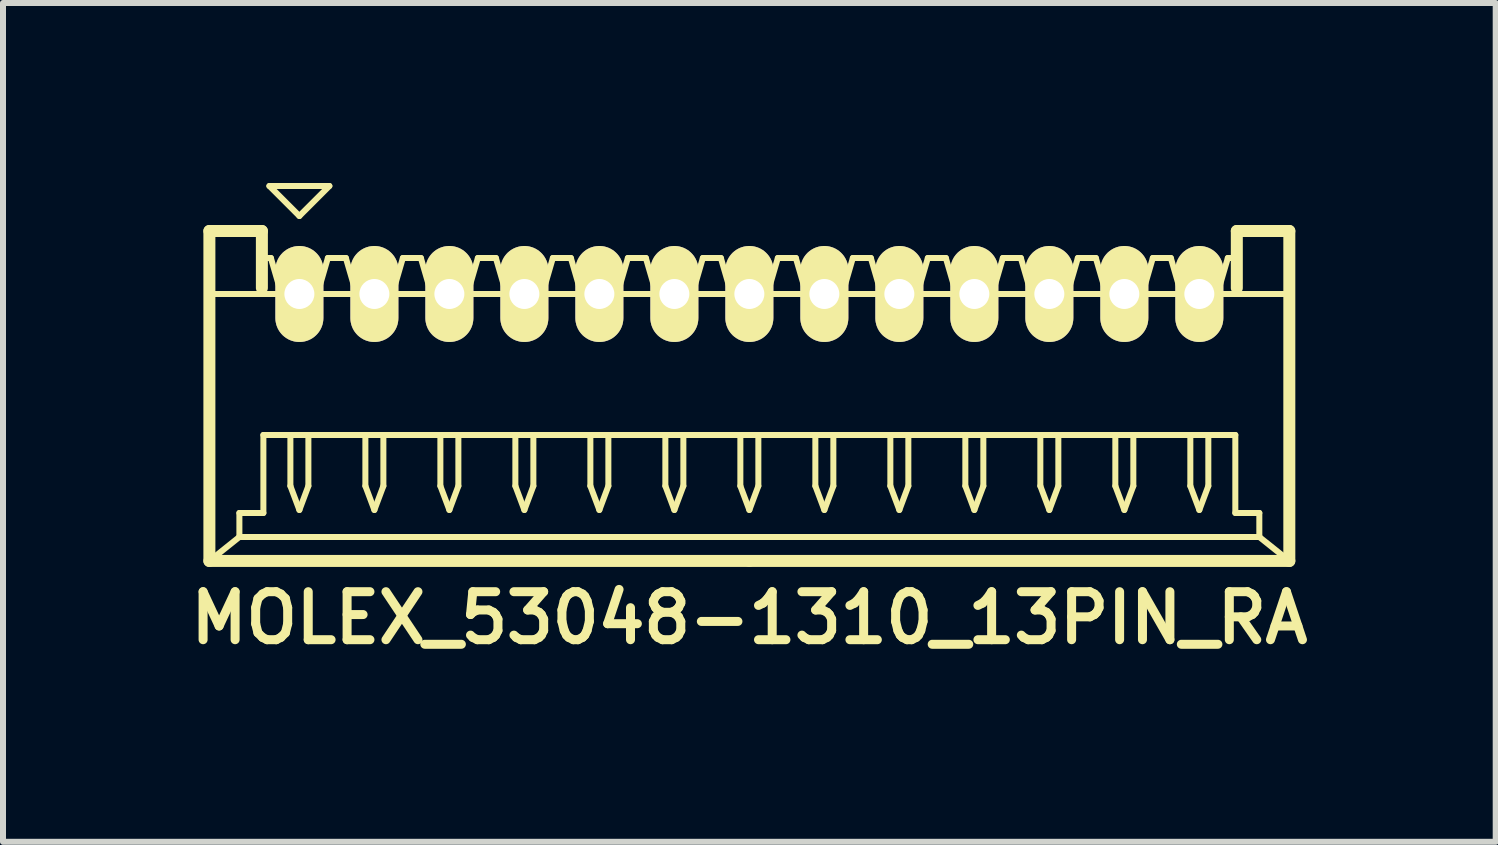
<source format=kicad_pcb>
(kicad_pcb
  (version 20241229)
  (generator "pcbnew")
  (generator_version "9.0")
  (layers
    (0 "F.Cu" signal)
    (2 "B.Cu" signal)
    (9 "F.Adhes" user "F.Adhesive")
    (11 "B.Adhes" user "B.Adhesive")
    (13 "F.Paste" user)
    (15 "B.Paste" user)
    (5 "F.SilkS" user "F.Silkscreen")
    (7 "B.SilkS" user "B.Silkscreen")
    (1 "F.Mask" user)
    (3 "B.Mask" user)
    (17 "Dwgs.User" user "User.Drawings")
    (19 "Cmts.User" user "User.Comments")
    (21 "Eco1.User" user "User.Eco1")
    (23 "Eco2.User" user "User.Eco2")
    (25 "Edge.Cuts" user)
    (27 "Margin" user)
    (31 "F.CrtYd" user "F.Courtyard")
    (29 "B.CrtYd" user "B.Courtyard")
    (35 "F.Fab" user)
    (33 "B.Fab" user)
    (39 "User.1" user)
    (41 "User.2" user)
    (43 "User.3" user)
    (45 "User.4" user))
  (footprint "MOLEX_53048-1310_13PIN_RA"
    (layer "F.Cu")
    (at 9.44 3.55)
    (property "Reference" "MOLEX_53048-1310_13PIN_RA" (at 0 3.7 0) (layer "F.SilkS") (effects (font (size 0.8 0.8) (thickness 0.15))))
    (attr through_hole)
    (fp_line (start -9 -2.75) (end -8.125 -2.75) (stroke (width 0.2) (type solid)) (layer "F.SilkS"))
    (fp_line (start -9 -1.7) (end 9 -1.7) (stroke (width 0.1) (type solid)) (layer "F.SilkS"))
    (fp_line (start -9 2.75) (end -9 -2.75) (stroke (width 0.2) (type solid)) (layer "F.SilkS"))
    (fp_line (start -8.5 1.95) (end -8.5 2.35) (stroke (width 0.1) (type solid)) (layer "F.SilkS"))
    (fp_line (start -8.5 2.35) (end -9 2.75) (stroke (width 0.1) (type solid)) (layer "F.SilkS"))
    (fp_line (start -8.5 2.35) (end 0 2.35) (stroke (width 0.1) (type solid)) (layer "F.SilkS"))
    (fp_line (start -8.125 -2.75) (end -8.125 -1.8) (stroke (width 0.2) (type solid)) (layer "F.SilkS"))
    (fp_line (start -8.125 -2.3) (end -7.975 -2.3) (stroke (width 0.1) (type solid)) (layer "F.SilkS"))
    (fp_line (start -8.1 0.65) (end -8.1 1.95) (stroke (width 0.1) (type solid)) (layer "F.SilkS"))
    (fp_line (start -8.1 1.95) (end -8.5 1.95) (stroke (width 0.1) (type solid)) (layer "F.SilkS"))
    (fp_line (start -8 -3.5) (end -7.5 -3) (stroke (width 0.1) (type solid)) (layer "F.SilkS"))
    (fp_line (start -7.975 -2.3) (end -7.8 -1.7) (stroke (width 0.1) (type solid)) (layer "F.SilkS"))
    (fp_line (start -7.8 -1.7) (end -7.2 -1.7) (stroke (width 0.1) (type solid)) (layer "F.SilkS"))
    (fp_line (start -7.65 0.65) (end -7.65 1.5) (stroke (width 0.1) (type solid)) (layer "F.SilkS"))
    (fp_line (start -7.65 1.5) (end -7.5 1.9) (stroke (width 0.1) (type solid)) (layer "F.SilkS"))
    (fp_line (start -7.5 -3) (end -7 -3.5) (stroke (width 0.1) (type solid)) (layer "F.SilkS"))
    (fp_line (start -7.5 1.9) (end -7.35 1.5) (stroke (width 0.1) (type solid)) (layer "F.SilkS"))
    (fp_line (start -7.35 1.5) (end -7.35 0.65) (stroke (width 0.1) (type solid)) (layer "F.SilkS"))
    (fp_line (start -7.2 -1.7) (end -7.025 -2.3) (stroke (width 0.1) (type solid)) (layer "F.SilkS"))
    (fp_line (start -7.025 -2.3) (end -6.875 -2.3) (stroke (width 0.1) (type solid)) (layer "F.SilkS"))
    (fp_line (start -7 -3.5) (end -8 -3.5) (stroke (width 0.1) (type solid)) (layer "F.SilkS"))
    (fp_line (start -6.875 -2.3) (end -6.725 -2.3) (stroke (width 0.1) (type solid)) (layer "F.SilkS"))
    (fp_line (start -6.725 -2.3) (end -6.55 -1.7) (stroke (width 0.1) (type solid)) (layer "F.SilkS"))
    (fp_line (start -6.55 -1.7) (end -5.95 -1.7) (stroke (width 0.1) (type solid)) (layer "F.SilkS"))
    (fp_line (start -6.4 0.65) (end -6.4 1.5) (stroke (width 0.1) (type solid)) (layer "F.SilkS"))
    (fp_line (start -6.4 1.5) (end -6.25 1.9) (stroke (width 0.1) (type solid)) (layer "F.SilkS"))
    (fp_line (start -6.25 1.9) (end -6.1 1.5) (stroke (width 0.1) (type solid)) (layer "F.SilkS"))
    (fp_line (start -6.1 1.5) (end -6.1 0.65) (stroke (width 0.1) (type solid)) (layer "F.SilkS"))
    (fp_line (start -5.95 -1.7) (end -5.775 -2.3) (stroke (width 0.1) (type solid)) (layer "F.SilkS"))
    (fp_line (start -5.775 -2.3) (end -5.625 -2.3) (stroke (width 0.1) (type solid)) (layer "F.SilkS"))
    (fp_line (start -5.625 -2.3) (end -5.475 -2.3) (stroke (width 0.1) (type solid)) (layer "F.SilkS"))
    (fp_line (start -5.475 -2.3) (end -5.3 -1.7) (stroke (width 0.1) (type solid)) (layer "F.SilkS"))
    (fp_line (start -5.3 -1.7) (end -4.7 -1.7) (stroke (width 0.1) (type solid)) (layer "F.SilkS"))
    (fp_line (start -5.15 0.65) (end -5.15 1.5) (stroke (width 0.1) (type solid)) (layer "F.SilkS"))
    (fp_line (start -5.15 1.5) (end -5 1.9) (stroke (width 0.1) (type solid)) (layer "F.SilkS"))
    (fp_line (start -5 1.9) (end -4.85 1.5) (stroke (width 0.1) (type solid)) (layer "F.SilkS"))
    (fp_line (start -4.85 1.5) (end -4.85 0.65) (stroke (width 0.1) (type solid)) (layer "F.SilkS"))
    (fp_line (start -4.7 -1.7) (end -4.525 -2.3) (stroke (width 0.1) (type solid)) (layer "F.SilkS"))
    (fp_line (start -4.525 -2.3) (end -4.375 -2.3) (stroke (width 0.1) (type solid)) (layer "F.SilkS"))
    (fp_line (start -4.375 -2.3) (end -4.225 -2.3) (stroke (width 0.1) (type solid)) (layer "F.SilkS"))
    (fp_line (start -4.225 -2.3) (end -4.05 -1.7) (stroke (width 0.1) (type solid)) (layer "F.SilkS"))
    (fp_line (start -4.05 -1.7) (end -3.45 -1.7) (stroke (width 0.1) (type solid)) (layer "F.SilkS"))
    (fp_line (start -3.9 0.65) (end -3.9 1.5) (stroke (width 0.1) (type solid)) (layer "F.SilkS"))
    (fp_line (start -3.9 1.5) (end -3.75 1.9) (stroke (width 0.1) (type solid)) (layer "F.SilkS"))
    (fp_line (start -3.75 1.9) (end -3.6 1.5) (stroke (width 0.1) (type solid)) (layer "F.SilkS"))
    (fp_line (start -3.6 1.5) (end -3.6 0.65) (stroke (width 0.1) (type solid)) (layer "F.SilkS"))
    (fp_line (start -3.45 -1.7) (end -3.275 -2.3) (stroke (width 0.1) (type solid)) (layer "F.SilkS"))
    (fp_line (start -3.275 -2.3) (end -3.125 -2.3) (stroke (width 0.1) (type solid)) (layer "F.SilkS"))
    (fp_line (start -3.125 -2.3) (end -2.975 -2.3) (stroke (width 0.1) (type solid)) (layer "F.SilkS"))
    (fp_line (start -2.975 -2.3) (end -2.8 -1.7) (stroke (width 0.1) (type solid)) (layer "F.SilkS"))
    (fp_line (start -2.8 -1.7) (end -2.2 -1.7) (stroke (width 0.1) (type solid)) (layer "F.SilkS"))
    (fp_line (start -2.65 0.65) (end -2.65 1.5) (stroke (width 0.1) (type solid)) (layer "F.SilkS"))
    (fp_line (start -2.65 1.5) (end -2.5 1.9) (stroke (width 0.1) (type solid)) (layer "F.SilkS"))
    (fp_line (start -2.5 1.9) (end -2.35 1.5) (stroke (width 0.1) (type solid)) (layer "F.SilkS"))
    (fp_line (start -2.35 1.5) (end -2.35 0.65) (stroke (width 0.1) (type solid)) (layer "F.SilkS"))
    (fp_line (start -2.2 -1.7) (end -2.025 -2.3) (stroke (width 0.1) (type solid)) (layer "F.SilkS"))
    (fp_line (start -2.025 -2.3) (end -1.875 -2.3) (stroke (width 0.1) (type solid)) (layer "F.SilkS"))
    (fp_line (start -1.875 -2.3) (end -1.725 -2.3) (stroke (width 0.1) (type solid)) (layer "F.SilkS"))
    (fp_line (start -1.725 -2.3) (end -1.55 -1.7) (stroke (width 0.1) (type solid)) (layer "F.SilkS"))
    (fp_line (start -1.55 -1.7) (end -0.95 -1.7) (stroke (width 0.1) (type solid)) (layer "F.SilkS"))
    (fp_line (start -1.4 0.65) (end -1.4 1.5) (stroke (width 0.1) (type solid)) (layer "F.SilkS"))
    (fp_line (start -1.4 1.5) (end -1.25 1.9) (stroke (width 0.1) (type solid)) (layer "F.SilkS"))
    (fp_line (start -1.25 1.9) (end -1.1 1.5) (stroke (width 0.1) (type solid)) (layer "F.SilkS"))
    (fp_line (start -1.1 1.5) (end -1.1 0.65) (stroke (width 0.1) (type solid)) (layer "F.SilkS"))
    (fp_line (start -0.95 -1.7) (end -0.775 -2.3) (stroke (width 0.1) (type solid)) (layer "F.SilkS"))
    (fp_line (start -0.775 -2.3) (end -0.625 -2.3) (stroke (width 0.1) (type solid)) (layer "F.SilkS"))
    (fp_line (start -0.625 -2.3) (end -0.475 -2.3) (stroke (width 0.1) (type solid)) (layer "F.SilkS"))
    (fp_line (start -0.475 -2.3) (end -0.3 -1.7) (stroke (width 0.1) (type solid)) (layer "F.SilkS"))
    (fp_line (start -0.3 -1.7) (end 0.3 -1.7) (stroke (width 0.1) (type solid)) (layer "F.SilkS"))
    (fp_line (start -0.15 0.65) (end -0.15 1.5) (stroke (width 0.1) (type solid)) (layer "F.SilkS"))
    (fp_line (start -0.15 1.5) (end 0 1.9) (stroke (width 0.1) (type solid)) (layer "F.SilkS"))
    (fp_line (start 0 0.65) (end -8.1 0.65) (stroke (width 0.1) (type solid)) (layer "F.SilkS"))
    (fp_line (start 0 0.65) (end 8.1 0.65) (stroke (width 0.1) (type solid)) (layer "F.SilkS"))
    (fp_line (start 0 1.9) (end 0.15 1.5) (stroke (width 0.1) (type solid)) (layer "F.SilkS"))
    (fp_line (start 0 2.75) (end -9 2.75) (stroke (width 0.2) (type solid)) (layer "F.SilkS"))
    (fp_line (start 0 2.75) (end 9 2.75) (stroke (width 0.2) (type solid)) (layer "F.SilkS"))
    (fp_line (start 0.15 1.5) (end 0.15 0.65) (stroke (width 0.1) (type solid)) (layer "F.SilkS"))
    (fp_line (start 0.3 -1.7) (end 0.475 -2.3) (stroke (width 0.1) (type solid)) (layer "F.SilkS"))
    (fp_line (start 0.475 -2.3) (end 0.625 -2.3) (stroke (width 0.1) (type solid)) (layer "F.SilkS"))
    (fp_line (start 0.625 -2.3) (end 0.775 -2.3) (stroke (width 0.1) (type solid)) (layer "F.SilkS"))
    (fp_line (start 0.775 -2.3) (end 0.95 -1.7) (stroke (width 0.1) (type solid)) (layer "F.SilkS"))
    (fp_line (start 0.95 -1.7) (end 1.55 -1.7) (stroke (width 0.1) (type solid)) (layer "F.SilkS"))
    (fp_line (start 1.1 0.65) (end 1.1 1.5) (stroke (width 0.1) (type solid)) (layer "F.SilkS"))
    (fp_line (start 1.1 1.5) (end 1.25 1.9) (stroke (width 0.1) (type solid)) (layer "F.SilkS"))
    (fp_line (start 1.25 1.9) (end 1.4 1.5) (stroke (width 0.1) (type solid)) (layer "F.SilkS"))
    (fp_line (start 1.4 1.5) (end 1.4 0.65) (stroke (width 0.1) (type solid)) (layer "F.SilkS"))
    (fp_line (start 1.55 -1.7) (end 1.725 -2.3) (stroke (width 0.1) (type solid)) (layer "F.SilkS"))
    (fp_line (start 1.725 -2.3) (end 1.875 -2.3) (stroke (width 0.1) (type solid)) (layer "F.SilkS"))
    (fp_line (start 1.875 -2.3) (end 2.025 -2.3) (stroke (width 0.1) (type solid)) (layer "F.SilkS"))
    (fp_line (start 2.025 -2.3) (end 2.2 -1.7) (stroke (width 0.1) (type solid)) (layer "F.SilkS"))
    (fp_line (start 2.2 -1.7) (end 2.8 -1.7) (stroke (width 0.1) (type solid)) (layer "F.SilkS"))
    (fp_line (start 2.35 0.65) (end 2.35 1.5) (stroke (width 0.1) (type solid)) (layer "F.SilkS"))
    (fp_line (start 2.35 1.5) (end 2.5 1.9) (stroke (width 0.1) (type solid)) (layer "F.SilkS"))
    (fp_line (start 2.5 1.9) (end 2.65 1.5) (stroke (width 0.1) (type solid)) (layer "F.SilkS"))
    (fp_line (start 2.65 1.5) (end 2.65 0.65) (stroke (width 0.1) (type solid)) (layer "F.SilkS"))
    (fp_line (start 2.8 -1.7) (end 2.975 -2.3) (stroke (width 0.1) (type solid)) (layer "F.SilkS"))
    (fp_line (start 2.975 -2.3) (end 3.125 -2.3) (stroke (width 0.1) (type solid)) (layer "F.SilkS"))
    (fp_line (start 3.125 -2.3) (end 3.275 -2.3) (stroke (width 0.1) (type solid)) (layer "F.SilkS"))
    (fp_line (start 3.275 -2.3) (end 3.45 -1.7) (stroke (width 0.1) (type solid)) (layer "F.SilkS"))
    (fp_line (start 3.45 -1.7) (end 4.05 -1.7) (stroke (width 0.1) (type solid)) (layer "F.SilkS"))
    (fp_line (start 3.6 0.65) (end 3.6 1.5) (stroke (width 0.1) (type solid)) (layer "F.SilkS"))
    (fp_line (start 3.6 1.5) (end 3.75 1.9) (stroke (width 0.1) (type solid)) (layer "F.SilkS"))
    (fp_line (start 3.75 1.9) (end 3.9 1.5) (stroke (width 0.1) (type solid)) (layer "F.SilkS"))
    (fp_line (start 3.9 1.5) (end 3.9 0.65) (stroke (width 0.1) (type solid)) (layer "F.SilkS"))
    (fp_line (start 4.05 -1.7) (end 4.225 -2.3) (stroke (width 0.1) (type solid)) (layer "F.SilkS"))
    (fp_line (start 4.225 -2.3) (end 4.375 -2.3) (stroke (width 0.1) (type solid)) (layer "F.SilkS"))
    (fp_line (start 4.375 -2.3) (end 4.525 -2.3) (stroke (width 0.1) (type solid)) (layer "F.SilkS"))
    (fp_line (start 4.525 -2.3) (end 4.7 -1.7) (stroke (width 0.1) (type solid)) (layer "F.SilkS"))
    (fp_line (start 4.7 -1.7) (end 5.3 -1.7) (stroke (width 0.1) (type solid)) (layer "F.SilkS"))
    (fp_line (start 4.85 0.65) (end 4.85 1.5) (stroke (width 0.1) (type solid)) (layer "F.SilkS"))
    (fp_line (start 4.85 1.5) (end 5 1.9) (stroke (width 0.1) (type solid)) (layer "F.SilkS"))
    (fp_line (start 5 1.9) (end 5.15 1.5) (stroke (width 0.1) (type solid)) (layer "F.SilkS"))
    (fp_line (start 5.15 1.5) (end 5.15 0.65) (stroke (width 0.1) (type solid)) (layer "F.SilkS"))
    (fp_line (start 5.3 -1.7) (end 5.475 -2.3) (stroke (width 0.1) (type solid)) (layer "F.SilkS"))
    (fp_line (start 5.475 -2.3) (end 5.625 -2.3) (stroke (width 0.1) (type solid)) (layer "F.SilkS"))
    (fp_line (start 5.625 -2.3) (end 5.775 -2.3) (stroke (width 0.1) (type solid)) (layer "F.SilkS"))
    (fp_line (start 5.775 -2.3) (end 5.95 -1.7) (stroke (width 0.1) (type solid)) (layer "F.SilkS"))
    (fp_line (start 5.95 -1.7) (end 6.55 -1.7) (stroke (width 0.1) (type solid)) (layer "F.SilkS"))
    (fp_line (start 6.1 0.65) (end 6.1 1.5) (stroke (width 0.1) (type solid)) (layer "F.SilkS"))
    (fp_line (start 6.1 1.5) (end 6.25 1.9) (stroke (width 0.1) (type solid)) (layer "F.SilkS"))
    (fp_line (start 6.25 1.9) (end 6.4 1.5) (stroke (width 0.1) (type solid)) (layer "F.SilkS"))
    (fp_line (start 6.4 1.5) (end 6.4 0.65) (stroke (width 0.1) (type solid)) (layer "F.SilkS"))
    (fp_line (start 6.55 -1.7) (end 6.725 -2.3) (stroke (width 0.1) (type solid)) (layer "F.SilkS"))
    (fp_line (start 6.725 -2.3) (end 6.875 -2.3) (stroke (width 0.1) (type solid)) (layer "F.SilkS"))
    (fp_line (start 6.875 -2.3) (end 7.025 -2.3) (stroke (width 0.1) (type solid)) (layer "F.SilkS"))
    (fp_line (start 7.025 -2.3) (end 7.2 -1.7) (stroke (width 0.1) (type solid)) (layer "F.SilkS"))
    (fp_line (start 7.2 -1.7) (end 7.8 -1.7) (stroke (width 0.1) (type solid)) (layer "F.SilkS"))
    (fp_line (start 7.35 0.65) (end 7.35 1.5) (stroke (width 0.1) (type solid)) (layer "F.SilkS"))
    (fp_line (start 7.35 1.5) (end 7.5 1.9) (stroke (width 0.1) (type solid)) (layer "F.SilkS"))
    (fp_line (start 7.5 1.9) (end 7.65 1.5) (stroke (width 0.1) (type solid)) (layer "F.SilkS"))
    (fp_line (start 7.65 1.5) (end 7.65 0.65) (stroke (width 0.1) (type solid)) (layer "F.SilkS"))
    (fp_line (start 7.8 -1.7) (end 7.975 -2.3) (stroke (width 0.1) (type solid)) (layer "F.SilkS"))
    (fp_line (start 7.975 -2.3) (end 8.125 -2.3) (stroke (width 0.1) (type solid)) (layer "F.SilkS"))
    (fp_line (start 8.1 0.65) (end 8.1 1.95) (stroke (width 0.1) (type solid)) (layer "F.SilkS"))
    (fp_line (start 8.1 1.95) (end 8.5 1.95) (stroke (width 0.1) (type solid)) (layer "F.SilkS"))
    (fp_line (start 8.125 -2.75) (end 8.125 -1.8) (stroke (width 0.2) (type solid)) (layer "F.SilkS"))
    (fp_line (start 8.5 1.95) (end 8.5 2.35) (stroke (width 0.1) (type solid)) (layer "F.SilkS"))
    (fp_line (start 8.5 2.35) (end 0 2.35) (stroke (width 0.1) (type solid)) (layer "F.SilkS"))
    (fp_line (start 8.5 2.35) (end 9 2.75) (stroke (width 0.1) (type solid)) (layer "F.SilkS"))
    (fp_line (start 9 -2.75) (end 8.125 -2.75) (stroke (width 0.2) (type solid)) (layer "F.SilkS"))
    (fp_line (start 9 2.75) (end 9 -2.75) (stroke (width 0.2) (type solid)) (layer "F.SilkS"))
    (pad "1" thru_hole oval (at -7.5 -1.7) (size 0.8 1.6) (drill 0.5) (layers "*.Cu" "*.Mask" "F.SilkS"))
    (pad "2" thru_hole oval (at -6.25 -1.7) (size 0.8 1.6) (drill 0.5) (layers "*.Cu" "*.Mask" "F.SilkS"))
    (pad "3" thru_hole oval (at -5 -1.7) (size 0.8 1.6) (drill 0.5) (layers "*.Cu" "*.Mask" "F.SilkS"))
    (pad "4" thru_hole oval (at -3.75 -1.7) (size 0.8 1.6) (drill 0.5) (layers "*.Cu" "*.Mask" "F.SilkS"))
    (pad "5" thru_hole oval (at -2.5 -1.7) (size 0.8 1.6) (drill 0.5) (layers "*.Cu" "*.Mask" "F.SilkS"))
    (pad "6" thru_hole oval (at -1.25 -1.7) (size 0.8 1.6) (drill 0.5) (layers "*.Cu" "*.Mask" "F.SilkS"))
    (pad "7" thru_hole oval (at 0 -1.7) (size 0.8 1.6) (drill 0.5) (layers "*.Cu" "*.Mask" "F.SilkS"))
    (pad "8" thru_hole oval (at 1.25 -1.7) (size 0.8 1.6) (drill 0.5) (layers "*.Cu" "*.Mask" "F.SilkS"))
    (pad "9" thru_hole oval (at 2.5 -1.7) (size 0.8 1.6) (drill 0.5) (layers "*.Cu" "*.Mask" "F.SilkS"))
    (pad "10" thru_hole oval (at 3.75 -1.7) (size 0.8 1.6) (drill 0.5) (layers "*.Cu" "*.Mask" "F.SilkS"))
    (pad "11" thru_hole oval (at 5 -1.7) (size 0.8 1.6) (drill 0.5) (layers "*.Cu" "*.Mask" "F.SilkS"))
    (pad "12" thru_hole oval (at 6.25 -1.7) (size 0.8 1.6) (drill 0.5) (layers "*.Cu" "*.Mask" "F.SilkS"))
    (pad "13" thru_hole oval (at 7.5 -1.7) (size 0.8 1.6) (drill 0.5) (layers "*.Cu" "*.Mask" "F.SilkS")))
  (gr_rect
    (start -3 -3)
    (end 21.88 10.981)
    (stroke (width 0.1) (type default))
    (fill no)
    (layer "Edge.Cuts")))
</source>
